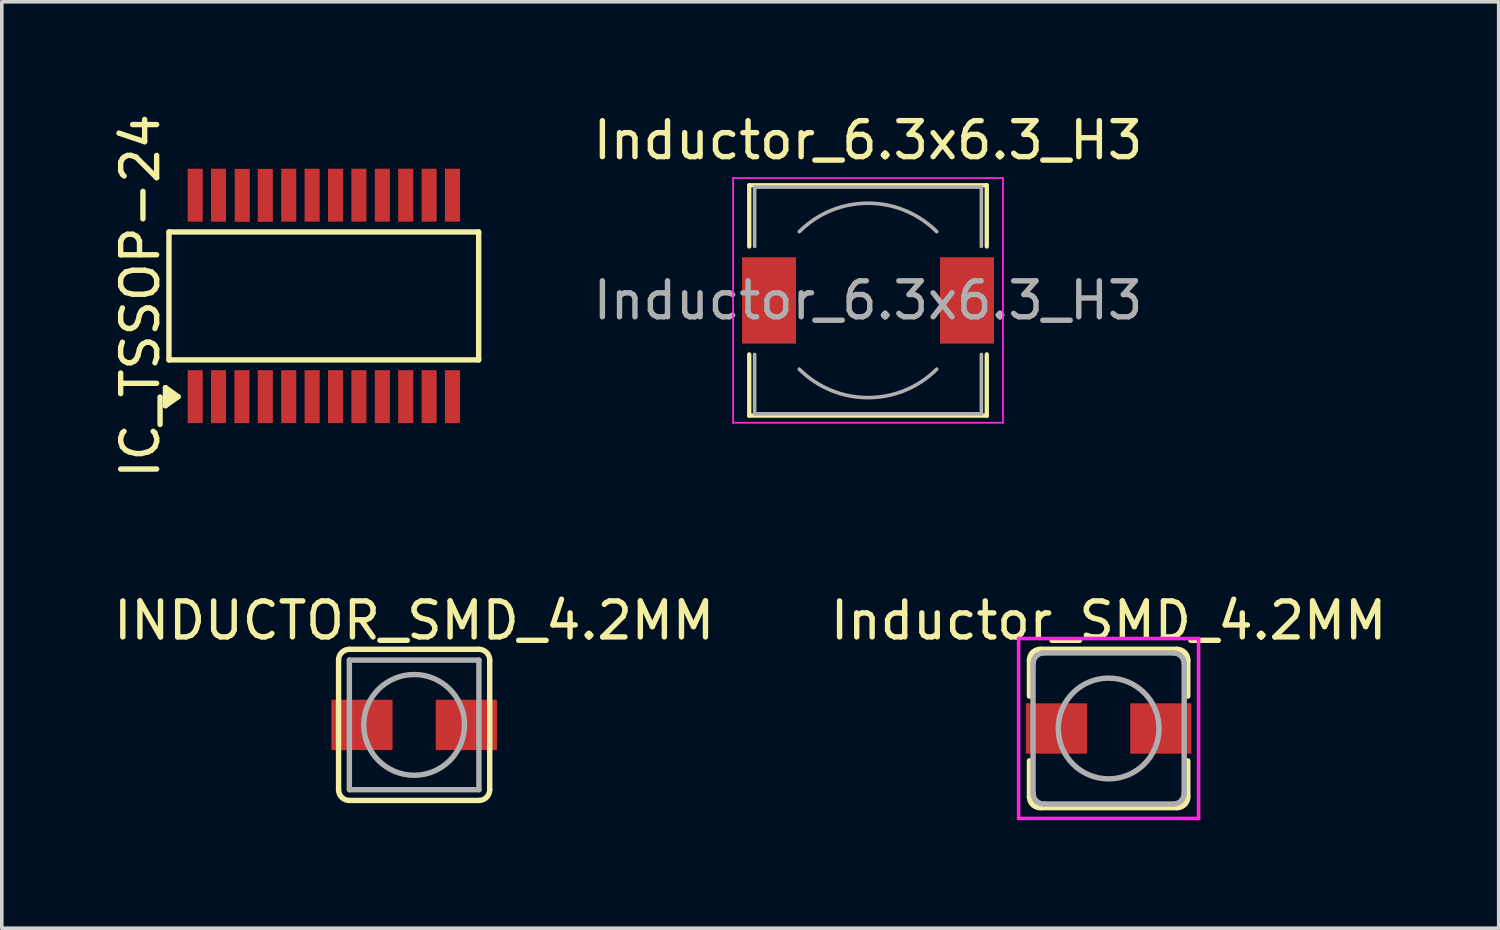
<source format=kicad_pcb>
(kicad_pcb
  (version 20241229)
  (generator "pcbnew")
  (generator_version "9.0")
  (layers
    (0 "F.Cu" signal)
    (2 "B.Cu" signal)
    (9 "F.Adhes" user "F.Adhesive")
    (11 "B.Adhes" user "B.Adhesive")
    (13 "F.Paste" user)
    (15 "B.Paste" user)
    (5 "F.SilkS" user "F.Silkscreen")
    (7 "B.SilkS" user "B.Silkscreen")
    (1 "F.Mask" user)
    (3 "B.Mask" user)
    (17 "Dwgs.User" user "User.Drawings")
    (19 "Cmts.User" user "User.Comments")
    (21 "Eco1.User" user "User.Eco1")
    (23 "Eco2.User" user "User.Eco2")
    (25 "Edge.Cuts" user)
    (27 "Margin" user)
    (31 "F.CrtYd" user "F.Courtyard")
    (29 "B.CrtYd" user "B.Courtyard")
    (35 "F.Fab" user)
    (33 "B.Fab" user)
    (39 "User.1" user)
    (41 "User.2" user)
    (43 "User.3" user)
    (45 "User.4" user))
  (footprint "Inductor_SMD_4.2MM"
    (layer "F.Cu")
    (at 27.756 17.193)
    (property "Reference" "Inductor_SMD_4.2MM" (at 0 -3 0) (layer "F.SilkS") (effects (font (size 1 1) (thickness 0.15))))
    (attr smd)
    (fp_line (start -2.2 -1.9) (end -2.2 -0.9) (stroke (width 0.15) (type solid)) (layer "F.SilkS"))
    (fp_line (start -2.2 1.9) (end -2.2 0.9) (stroke (width 0.15) (type solid)) (layer "F.SilkS"))
    (fp_line (start -1.9 -2.2) (end 1.9 -2.2) (stroke (width 0.15) (type solid)) (layer "F.SilkS"))
    (fp_line (start 1.9 2.2) (end -1.9 2.2) (stroke (width 0.15) (type solid)) (layer "F.SilkS"))
    (fp_line (start 2.2 -1.9) (end 2.2 -0.9) (stroke (width 0.15) (type solid)) (layer "F.SilkS"))
    (fp_line (start 2.2 0.9) (end 2.2 1.9) (stroke (width 0.15) (type solid)) (layer "F.SilkS"))
    (fp_arc (start -2.2 -1.9) (mid -2.112132 -2.112132) (end -1.9 -2.2) (stroke (width 0.15) (type solid)) (layer "F.SilkS"))
    (fp_arc (start -1.9 2.2) (mid -2.112132 2.112132) (end -2.2 1.9) (stroke (width 0.15) (type solid)) (layer "F.SilkS"))
    (fp_arc (start 1.9 -2.2) (mid 2.112132 -2.112132) (end 2.2 -1.9) (stroke (width 0.15) (type solid)) (layer "F.SilkS"))
    (fp_arc (start 2.2 1.9) (mid 2.112132 2.112132) (end 1.9 2.2) (stroke (width 0.15) (type solid)) (layer "F.SilkS"))
    (fp_line (start -2.5 -2.5) (end 2.5 -2.5) (stroke (width 0.1) (type solid)) (layer "F.CrtYd"))
    (fp_line (start -2.5 2.5) (end -2.5 -2.5) (stroke (width 0.1) (type solid)) (layer "F.CrtYd"))
    (fp_line (start 2.5 -2.5) (end 2.5 2.5) (stroke (width 0.1) (type solid)) (layer "F.CrtYd"))
    (fp_line (start 2.5 2.5) (end -2.5 2.5) (stroke (width 0.1) (type solid)) (layer "F.CrtYd"))
    (fp_line (start -2.1 1.8) (end -2.1 -1.8) (stroke (width 0.15) (type solid)) (layer "F.Fab"))
    (fp_line (start -1.8 -2.1) (end 1.8 -2.1) (stroke (width 0.15) (type solid)) (layer "F.Fab"))
    (fp_line (start 1.8 2.1) (end -1.8 2.1) (stroke (width 0.15) (type solid)) (layer "F.Fab"))
    (fp_line (start 2.1 -1.8) (end 2.1 1.8) (stroke (width 0.15) (type solid)) (layer "F.Fab"))
    (fp_arc (start -2.1 -1.8) (mid -2.012132 -2.012132) (end -1.8 -2.1) (stroke (width 0.15) (type solid)) (layer "F.Fab"))
    (fp_arc (start -1.8 2.1) (mid -2.012132 2.012132) (end -2.1 1.8) (stroke (width 0.15) (type solid)) (layer "F.Fab"))
    (fp_arc (start 1.8 -2.1) (mid 2.012132 -2.012132) (end 2.1 -1.8) (stroke (width 0.15) (type solid)) (layer "F.Fab"))
    (fp_arc (start 2.1 1.8) (mid 2.012132 2.012132) (end 1.8 2.1) (stroke (width 0.15) (type solid)) (layer "F.Fab"))
    (fp_circle (center 0 0) (end 0 -1.4) (stroke (width 0.15) (type solid)) (fill no) (layer "F.Fab"))
    (pad "1" smd rect (at -1.45 0) (size 1.7 1.4) (layers "F.Cu" "F.Mask" "F.Paste"))
    (pad "2" smd rect (at 1.45 0) (size 1.7 1.4) (layers "F.Cu" "F.Mask" "F.Paste")))
  (footprint "Inductor_6.3x6.3_H3"
    (layer "F.Cu")
    (at 21.07 5.298)
    (property "Reference" "Inductor_6.3x6.3_H3" (at 0 -4.45 0) (layer "F.SilkS") (effects (font (size 1 1) (thickness 0.15))))
    (attr smd)
    (fp_line (start -3.3 -3.2) (end 3.3 -3.2) (stroke (width 0.12) (type solid)) (layer "F.SilkS"))
    (fp_line (start -3.3 -1.5) (end -3.3 -3.2) (stroke (width 0.12) (type solid)) (layer "F.SilkS"))
    (fp_line (start -3.3 3.2) (end -3.3 1.5) (stroke (width 0.12) (type solid)) (layer "F.SilkS"))
    (fp_line (start 3.3 -3.2) (end 3.3 -1.5) (stroke (width 0.12) (type solid)) (layer "F.SilkS"))
    (fp_line (start 3.3 1.5) (end 3.3 3.2) (stroke (width 0.12) (type solid)) (layer "F.SilkS"))
    (fp_line (start 3.3 3.2) (end -3.3 3.2) (stroke (width 0.12) (type solid)) (layer "F.SilkS"))
    (fp_line (start -3.75 -3.4) (end -3.75 3.4) (stroke (width 0.05) (type solid)) (layer "F.CrtYd"))
    (fp_line (start -3.75 3.4) (end 3.75 3.4) (stroke (width 0.05) (type solid)) (layer "F.CrtYd"))
    (fp_line (start 3.75 -3.4) (end -3.75 -3.4) (stroke (width 0.05) (type solid)) (layer "F.CrtYd"))
    (fp_line (start 3.75 3.4) (end 3.75 -3.4) (stroke (width 0.05) (type solid)) (layer "F.CrtYd"))
    (fp_line (start -3.15 -3.15) (end -3.15 -1.5) (stroke (width 0.1) (type solid)) (layer "F.Fab"))
    (fp_line (start -3.15 -3.15) (end 3.15 -3.15) (stroke (width 0.1) (type solid)) (layer "F.Fab"))
    (fp_line (start -3.15 3.15) (end -3.15 1.5) (stroke (width 0.1) (type solid)) (layer "F.Fab"))
    (fp_line (start -3.15 3.15) (end 3.15 3.15) (stroke (width 0.1) (type solid)) (layer "F.Fab"))
    (fp_line (start 3.15 -3.15) (end 3.15 -1.5) (stroke (width 0.1) (type solid)) (layer "F.Fab"))
    (fp_line (start 3.15 3.15) (end 3.15 1.5) (stroke (width 0.1) (type solid)) (layer "F.Fab"))
    (fp_arc (start -1.91 -1.91) (mid 0 -2.701148) (end 1.91 -1.91) (stroke (width 0.1) (type solid)) (layer "F.Fab"))
    (fp_arc (start 1.91 1.91) (mid 0 2.701148) (end -1.91 1.91) (stroke (width 0.1) (type solid)) (layer "F.Fab"))
    (fp_text user "${REFERENCE}" (at 0 0 0) (layer "F.Fab") (effects (font (size 1 1) (thickness 0.15))))
    (pad "1" smd rect (at -2.75 0) (size 1.5 2.4) (layers "F.Cu" "F.Mask" "F.Paste"))
    (pad "2" smd rect (at 2.75 0) (size 1.5 2.4) (layers "F.Cu" "F.Mask" "F.Paste")))
  (footprint "IC_TSSOP-24"
    (layer "F.Cu")
    (at 5.948 5.173)
    (property "Reference" "IC_TSSOP-24" (at -5.1 0 90) (layer "F.SilkS") (effects (font (size 1 1) (thickness 0.15))))
    (attr smd)
    (fp_line (start -4.4 2.55) (end -4.05 2.8) (stroke (width 0.15) (type solid)) (layer "F.SilkS"))
    (fp_line (start -4.4 3.05) (end -4.4 2.55) (stroke (width 0.15) (type solid)) (layer "F.SilkS"))
    (fp_line (start -4.303 -1.778) (end -4.303 1.778) (stroke (width 0.15) (type solid)) (layer "F.SilkS"))
    (fp_line (start -4.3 2.7) (end -4.2 2.8) (stroke (width 0.15) (type solid)) (layer "F.SilkS"))
    (fp_line (start -4.3 2.9) (end -4.3 2.7) (stroke (width 0.15) (type solid)) (layer "F.SilkS"))
    (fp_line (start -4.05 2.8) (end -4.4 3.05) (stroke (width 0.15) (type solid)) (layer "F.SilkS"))
    (fp_line (start 4.303 -1.778) (end -4.303 -1.778) (stroke (width 0.15) (type solid)) (layer "F.SilkS"))
    (fp_line (start 4.303 -1.778) (end 4.303 1.778) (stroke (width 0.15) (type solid)) (layer "F.SilkS"))
    (fp_line (start 4.303 1.778) (end -4.303 1.778) (stroke (width 0.15) (type solid)) (layer "F.SilkS"))
    (pad "1" smd rect (at -3.574 2.799) (size 0.419 1.471) (layers "F.Cu" "F.Mask" "F.Paste"))
    (pad "2" smd rect (at -2.926 2.799) (size 0.419 1.471) (layers "F.Cu" "F.Mask" "F.Paste"))
    (pad "3" smd rect (at -2.276 2.799) (size 0.419 1.471) (layers "F.Cu" "F.Mask" "F.Paste"))
    (pad "4" smd rect (at -1.626 2.799) (size 0.419 1.471) (layers "F.Cu" "F.Mask" "F.Paste"))
    (pad "5" smd rect (at -0.975 2.799) (size 0.419 1.471) (layers "F.Cu" "F.Mask" "F.Paste"))
    (pad "6" smd rect (at -0.325 2.799) (size 0.419 1.471) (layers "F.Cu" "F.Mask" "F.Paste"))
    (pad "7" smd rect (at 0.325 2.799) (size 0.419 1.471) (layers "F.Cu" "F.Mask" "F.Paste"))
    (pad "8" smd rect (at 0.975 2.799) (size 0.419 1.471) (layers "F.Cu" "F.Mask" "F.Paste"))
    (pad "9" smd rect (at 1.626 2.799) (size 0.419 1.471) (layers "F.Cu" "F.Mask" "F.Paste"))
    (pad "10" smd rect (at 2.276 2.799) (size 0.419 1.471) (layers "F.Cu" "F.Mask" "F.Paste"))
    (pad "11" smd rect (at 2.926 2.799) (size 0.419 1.471) (layers "F.Cu" "F.Mask" "F.Paste"))
    (pad "12" smd rect (at 3.574 2.799) (size 0.419 1.471) (layers "F.Cu" "F.Mask" "F.Paste"))
    (pad "13" smd rect (at 3.574 -2.799) (size 0.419 1.471) (layers "F.Cu" "F.Mask" "F.Paste"))
    (pad "14" smd rect (at 2.926 -2.799) (size 0.419 1.471) (layers "F.Cu" "F.Mask" "F.Paste"))
    (pad "15" smd rect (at 2.276 -2.799) (size 0.419 1.471) (layers "F.Cu" "F.Mask" "F.Paste"))
    (pad "16" smd rect (at 1.626 -2.799) (size 0.419 1.471) (layers "F.Cu" "F.Mask" "F.Paste"))
    (pad "17" smd rect (at 0.975 -2.799) (size 0.419 1.471) (layers "F.Cu" "F.Mask" "F.Paste"))
    (pad "18" smd rect (at 0.325 -2.799) (size 0.419 1.471) (layers "F.Cu" "F.Mask" "F.Paste"))
    (pad "19" smd rect (at -0.325 -2.799) (size 0.419 1.471) (layers "F.Cu" "F.Mask" "F.Paste"))
    (pad "20" smd rect (at -0.975 -2.799) (size 0.419 1.471) (layers "F.Cu" "F.Mask" "F.Paste"))
    (pad "21" smd rect (at -1.626 -2.794) (size 0.419 1.471) (layers "F.Cu" "F.Mask" "F.Paste"))
    (pad "22" smd rect (at -2.266 -2.794) (size 0.419 1.471) (layers "F.Cu" "F.Mask" "F.Paste"))
    (pad "23" smd rect (at -2.926 -2.799) (size 0.419 1.471) (layers "F.Cu" "F.Mask" "F.Paste"))
    (pad "24" smd rect (at -3.574 -2.799) (size 0.419 1.471) (layers "F.Cu" "F.Mask" "F.Paste")))
  (footprint "INDUCTOR_SMD_4.2MM"
    (layer "F.Cu")
    (at 8.458 17.093)
    (property "Reference" "INDUCTOR_SMD_4.2MM" (at 0 -2.9 0) (layer "F.SilkS") (effects (font (size 1 1) (thickness 0.15))))
    (attr through_hole)
    (fp_line (start -2.1 1.8) (end -2.1 -1.8) (stroke (width 0.15) (type solid)) (layer "F.SilkS"))
    (fp_line (start -1.8 -2.1) (end 1.8 -2.1) (stroke (width 0.15) (type solid)) (layer "F.SilkS"))
    (fp_line (start 1.8 2.1) (end -1.8 2.1) (stroke (width 0.15) (type solid)) (layer "F.SilkS"))
    (fp_line (start 2.1 -1.8) (end 2.1 1.8) (stroke (width 0.15) (type solid)) (layer "F.SilkS"))
    (fp_arc (start -2.1 -1.8) (mid -2.012132 -2.012132) (end -1.8 -2.1) (stroke (width 0.15) (type solid)) (layer "F.SilkS"))
    (fp_arc (start -1.8 2.1) (mid -2.012132 2.012132) (end -2.1 1.8) (stroke (width 0.15) (type solid)) (layer "F.SilkS"))
    (fp_arc (start 1.8 -2.1) (mid 2.012132 -2.012132) (end 2.1 -1.8) (stroke (width 0.15) (type solid)) (layer "F.SilkS"))
    (fp_arc (start 2.1 1.8) (mid 2.012132 2.012132) (end 1.8 2.1) (stroke (width 0.15) (type solid)) (layer "F.SilkS"))
    (fp_line (start -1.8 -1.8) (end 1.8 -1.8) (stroke (width 0.15) (type solid)) (layer "F.Fab"))
    (fp_line (start -1.8 1.8) (end -1.8 -1.8) (stroke (width 0.15) (type solid)) (layer "F.Fab"))
    (fp_line (start 1.8 -1.8) (end 1.8 1.8) (stroke (width 0.15) (type solid)) (layer "F.Fab"))
    (fp_line (start 1.8 1.8) (end -1.8 1.8) (stroke (width 0.15) (type solid)) (layer "F.Fab"))
    (fp_circle (center 0 0) (end 0 -1.4) (stroke (width 0.15) (type solid)) (fill no) (layer "F.Fab"))
    (pad "1" smd rect (at -1.45 0) (size 1.7 1.4) (layers "F.Cu" "F.Mask" "F.Paste"))
    (pad "2" smd rect (at 1.45 0) (size 1.7 1.4) (layers "F.Cu" "F.Mask" "F.Paste")))
  (gr_rect
    (start -3 -3)
    (end 38.595 22.743)
    (stroke (width 0.1) (type default))
    (fill no)
    (layer "Edge.Cuts")))
</source>
